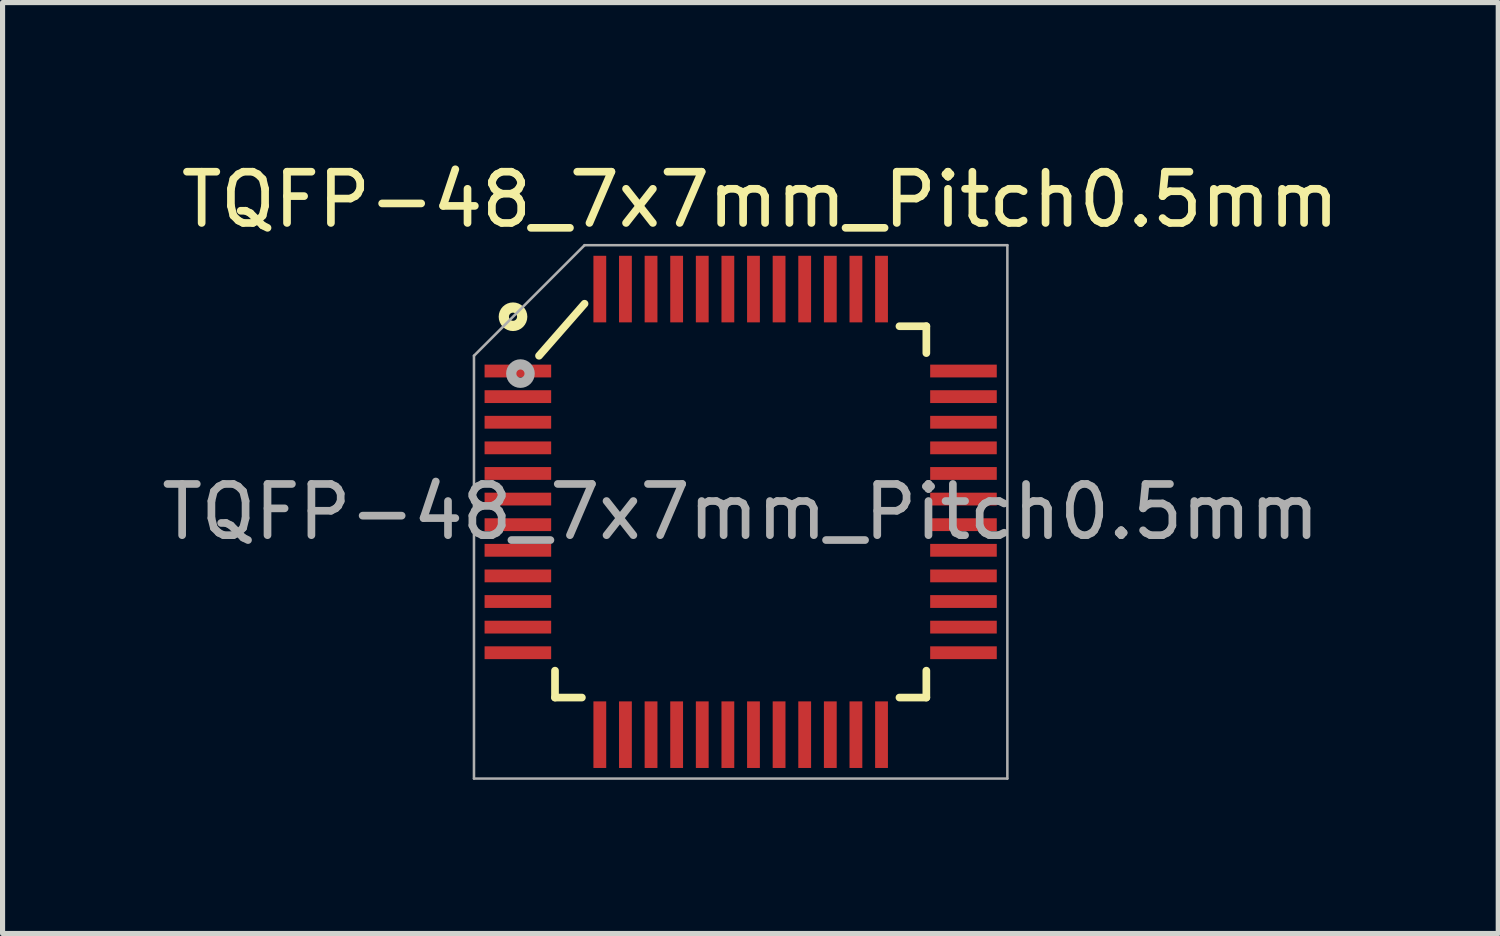
<source format=kicad_pcb>
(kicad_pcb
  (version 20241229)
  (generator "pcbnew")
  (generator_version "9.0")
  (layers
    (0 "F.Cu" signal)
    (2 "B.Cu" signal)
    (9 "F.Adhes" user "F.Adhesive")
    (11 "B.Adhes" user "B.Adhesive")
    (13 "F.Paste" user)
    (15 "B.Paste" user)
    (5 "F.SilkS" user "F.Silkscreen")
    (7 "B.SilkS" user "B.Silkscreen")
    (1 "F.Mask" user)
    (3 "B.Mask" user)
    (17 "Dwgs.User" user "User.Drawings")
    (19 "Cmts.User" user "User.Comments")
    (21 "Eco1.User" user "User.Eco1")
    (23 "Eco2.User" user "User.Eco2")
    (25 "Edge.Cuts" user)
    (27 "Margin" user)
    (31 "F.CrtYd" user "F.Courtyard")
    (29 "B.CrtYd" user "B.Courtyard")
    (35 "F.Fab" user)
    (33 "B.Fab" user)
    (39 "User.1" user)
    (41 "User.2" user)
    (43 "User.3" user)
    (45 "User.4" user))
  (footprint "TQFP-48_7x7mm_Pitch0.5mm"
    (layer "F.Cu")
    (at 11.411 6.944)
    (property "Reference" "TQFP-48_7x7mm_Pitch0.5mm" (at 0 0 0) (layer "F.Fab") (effects (font (size 1 1) (thickness 0.15))))
    (attr smd)
    (fp_line (start -3.937 -3.048) (end -3.048 -4.064) (stroke (width 0.15) (type solid)) (layer "F.SilkS"))
    (fp_line (start -3.625 3.625) (end -3.625 3.1) (stroke (width 0.15) (type solid)) (layer "F.SilkS"))
    (fp_line (start -3.625 3.625) (end -3.1 3.625) (stroke (width 0.15) (type solid)) (layer "F.SilkS"))
    (fp_line (start 3.625 -3.625) (end 3.1 -3.625) (stroke (width 0.15) (type solid)) (layer "F.SilkS"))
    (fp_line (start 3.625 -3.625) (end 3.625 -3.1) (stroke (width 0.15) (type solid)) (layer "F.SilkS"))
    (fp_line (start 3.625 3.625) (end 3.1 3.625) (stroke (width 0.15) (type solid)) (layer "F.SilkS"))
    (fp_line (start 3.625 3.625) (end 3.625 3.1) (stroke (width 0.15) (type solid)) (layer "F.SilkS"))
    (fp_circle (center -4.445 -3.81) (end -4.318 -3.683) (stroke (width 0.2) (type solid)) (fill no) (layer "F.SilkS"))
    (fp_line (start -5.207 -3.048) (end -5.207 5.207) (stroke (width 0.05) (type solid)) (layer "F.Fab"))
    (fp_line (start -3.048 -5.207) (end -5.207 -3.048) (stroke (width 0.05) (type solid)) (layer "F.Fab"))
    (fp_line (start 5.207 -5.207) (end -3.048 -5.207) (stroke (width 0.05) (type solid)) (layer "F.Fab"))
    (fp_line (start 5.207 5.207) (end -5.207 5.207) (stroke (width 0.048) (type solid)) (layer "F.Fab"))
    (fp_line (start 5.207 5.207) (end 5.207 -5.207) (stroke (width 0.05) (type solid)) (layer "F.Fab"))
    (fp_circle (center -4.3 -2.7) (end -4.173 -2.573) (stroke (width 0.2) (type solid)) (fill no) (layer "F.Fab"))
    (fp_text user "${REFERENCE}" (at 0.381 -6.096 0) (layer "F.SilkS") (effects (font (size 1 1) (thickness 0.15))))
    (pad "1" smd rect (at -4.35 -2.75) (size 1.3 0.25) (layers "F.Cu" "F.Mask" "F.Paste"))
    (pad "2" smd rect (at -4.35 -2.25) (size 1.3 0.25) (layers "F.Cu" "F.Mask" "F.Paste"))
    (pad "3" smd rect (at -4.35 -1.75) (size 1.3 0.25) (layers "F.Cu" "F.Mask" "F.Paste"))
    (pad "4" smd rect (at -4.35 -1.25) (size 1.3 0.25) (layers "F.Cu" "F.Mask" "F.Paste"))
    (pad "5" smd rect (at -4.35 -0.75) (size 1.3 0.25) (layers "F.Cu" "F.Mask" "F.Paste"))
    (pad "6" smd rect (at -4.35 -0.25) (size 1.3 0.25) (layers "F.Cu" "F.Mask" "F.Paste"))
    (pad "7" smd rect (at -4.35 0.25) (size 1.3 0.25) (layers "F.Cu" "F.Mask" "F.Paste"))
    (pad "8" smd rect (at -4.35 0.75) (size 1.3 0.25) (layers "F.Cu" "F.Mask" "F.Paste"))
    (pad "9" smd rect (at -4.35 1.25) (size 1.3 0.25) (layers "F.Cu" "F.Mask" "F.Paste"))
    (pad "10" smd rect (at -4.35 1.75) (size 1.3 0.25) (layers "F.Cu" "F.Mask" "F.Paste"))
    (pad "11" smd rect (at -4.35 2.25) (size 1.3 0.25) (layers "F.Cu" "F.Mask" "F.Paste"))
    (pad "12" smd rect (at -4.35 2.75) (size 1.3 0.25) (layers "F.Cu" "F.Mask" "F.Paste"))
    (pad "13" smd rect (at -2.75 4.35 90) (size 1.3 0.25) (layers "F.Cu" "F.Mask" "F.Paste"))
    (pad "14" smd rect (at -2.25 4.35 90) (size 1.3 0.25) (layers "F.Cu" "F.Mask" "F.Paste"))
    (pad "15" smd rect (at -1.75 4.35 90) (size 1.3 0.25) (layers "F.Cu" "F.Mask" "F.Paste"))
    (pad "16" smd rect (at -1.25 4.35 90) (size 1.3 0.25) (layers "F.Cu" "F.Mask" "F.Paste"))
    (pad "17" smd rect (at -0.75 4.35 90) (size 1.3 0.25) (layers "F.Cu" "F.Mask" "F.Paste"))
    (pad "18" smd rect (at -0.25 4.35 90) (size 1.3 0.25) (layers "F.Cu" "F.Mask" "F.Paste"))
    (pad "19" smd rect (at 0.25 4.35 90) (size 1.3 0.25) (layers "F.Cu" "F.Mask" "F.Paste"))
    (pad "20" smd rect (at 0.75 4.35 90) (size 1.3 0.25) (layers "F.Cu" "F.Mask" "F.Paste"))
    (pad "21" smd rect (at 1.25 4.35 90) (size 1.3 0.25) (layers "F.Cu" "F.Mask" "F.Paste"))
    (pad "22" smd rect (at 1.75 4.35 90) (size 1.3 0.25) (layers "F.Cu" "F.Mask" "F.Paste"))
    (pad "23" smd rect (at 2.25 4.35 90) (size 1.3 0.25) (layers "F.Cu" "F.Mask" "F.Paste"))
    (pad "24" smd rect (at 2.75 4.35 90) (size 1.3 0.25) (layers "F.Cu" "F.Mask" "F.Paste"))
    (pad "25" smd rect (at 4.35 2.75) (size 1.3 0.25) (layers "F.Cu" "F.Mask" "F.Paste"))
    (pad "26" smd rect (at 4.35 2.25) (size 1.3 0.25) (layers "F.Cu" "F.Mask" "F.Paste"))
    (pad "27" smd rect (at 4.35 1.75) (size 1.3 0.25) (layers "F.Cu" "F.Mask" "F.Paste"))
    (pad "28" smd rect (at 4.35 1.25) (size 1.3 0.25) (layers "F.Cu" "F.Mask" "F.Paste"))
    (pad "29" smd rect (at 4.35 0.75) (size 1.3 0.25) (layers "F.Cu" "F.Mask" "F.Paste"))
    (pad "30" smd rect (at 4.35 0.25) (size 1.3 0.25) (layers "F.Cu" "F.Mask" "F.Paste"))
    (pad "31" smd rect (at 4.35 -0.25) (size 1.3 0.25) (layers "F.Cu" "F.Mask" "F.Paste"))
    (pad "32" smd rect (at 4.35 -0.75) (size 1.3 0.25) (layers "F.Cu" "F.Mask" "F.Paste"))
    (pad "33" smd rect (at 4.35 -1.25) (size 1.3 0.25) (layers "F.Cu" "F.Mask" "F.Paste"))
    (pad "34" smd rect (at 4.35 -1.75) (size 1.3 0.25) (layers "F.Cu" "F.Mask" "F.Paste"))
    (pad "35" smd rect (at 4.35 -2.25) (size 1.3 0.25) (layers "F.Cu" "F.Mask" "F.Paste"))
    (pad "36" smd rect (at 4.35 -2.75) (size 1.3 0.25) (layers "F.Cu" "F.Mask" "F.Paste"))
    (pad "37" smd rect (at 2.75 -4.35 90) (size 1.3 0.25) (layers "F.Cu" "F.Mask" "F.Paste"))
    (pad "38" smd rect (at 2.25 -4.35 90) (size 1.3 0.25) (layers "F.Cu" "F.Mask" "F.Paste"))
    (pad "39" smd rect (at 1.75 -4.35 90) (size 1.3 0.25) (layers "F.Cu" "F.Mask" "F.Paste"))
    (pad "40" smd rect (at 1.25 -4.35 90) (size 1.3 0.25) (layers "F.Cu" "F.Mask" "F.Paste"))
    (pad "41" smd rect (at 0.75 -4.35 90) (size 1.3 0.25) (layers "F.Cu" "F.Mask" "F.Paste"))
    (pad "42" smd rect (at 0.25 -4.35 90) (size 1.3 0.25) (layers "F.Cu" "F.Mask" "F.Paste"))
    (pad "43" smd rect (at -0.25 -4.35 90) (size 1.3 0.25) (layers "F.Cu" "F.Mask" "F.Paste"))
    (pad "44" smd rect (at -0.75 -4.35 90) (size 1.3 0.25) (layers "F.Cu" "F.Mask" "F.Paste"))
    (pad "45" smd rect (at -1.25 -4.35 90) (size 1.3 0.25) (layers "F.Cu" "F.Mask" "F.Paste"))
    (pad "46" smd rect (at -1.75 -4.35 90) (size 1.3 0.25) (layers "F.Cu" "F.Mask" "F.Paste"))
    (pad "47" smd rect (at -2.25 -4.35 90) (size 1.3 0.25) (layers "F.Cu" "F.Mask" "F.Paste"))
    (pad "48" smd rect (at -2.75 -4.35 90) (size 1.3 0.25) (layers "F.Cu" "F.Mask" "F.Paste")))
  (gr_rect
    (start -3 -3)
    (end 26.202 15.176)
    (stroke (width 0.1) (type default))
    (fill no)
    (layer "Edge.Cuts")))
</source>
